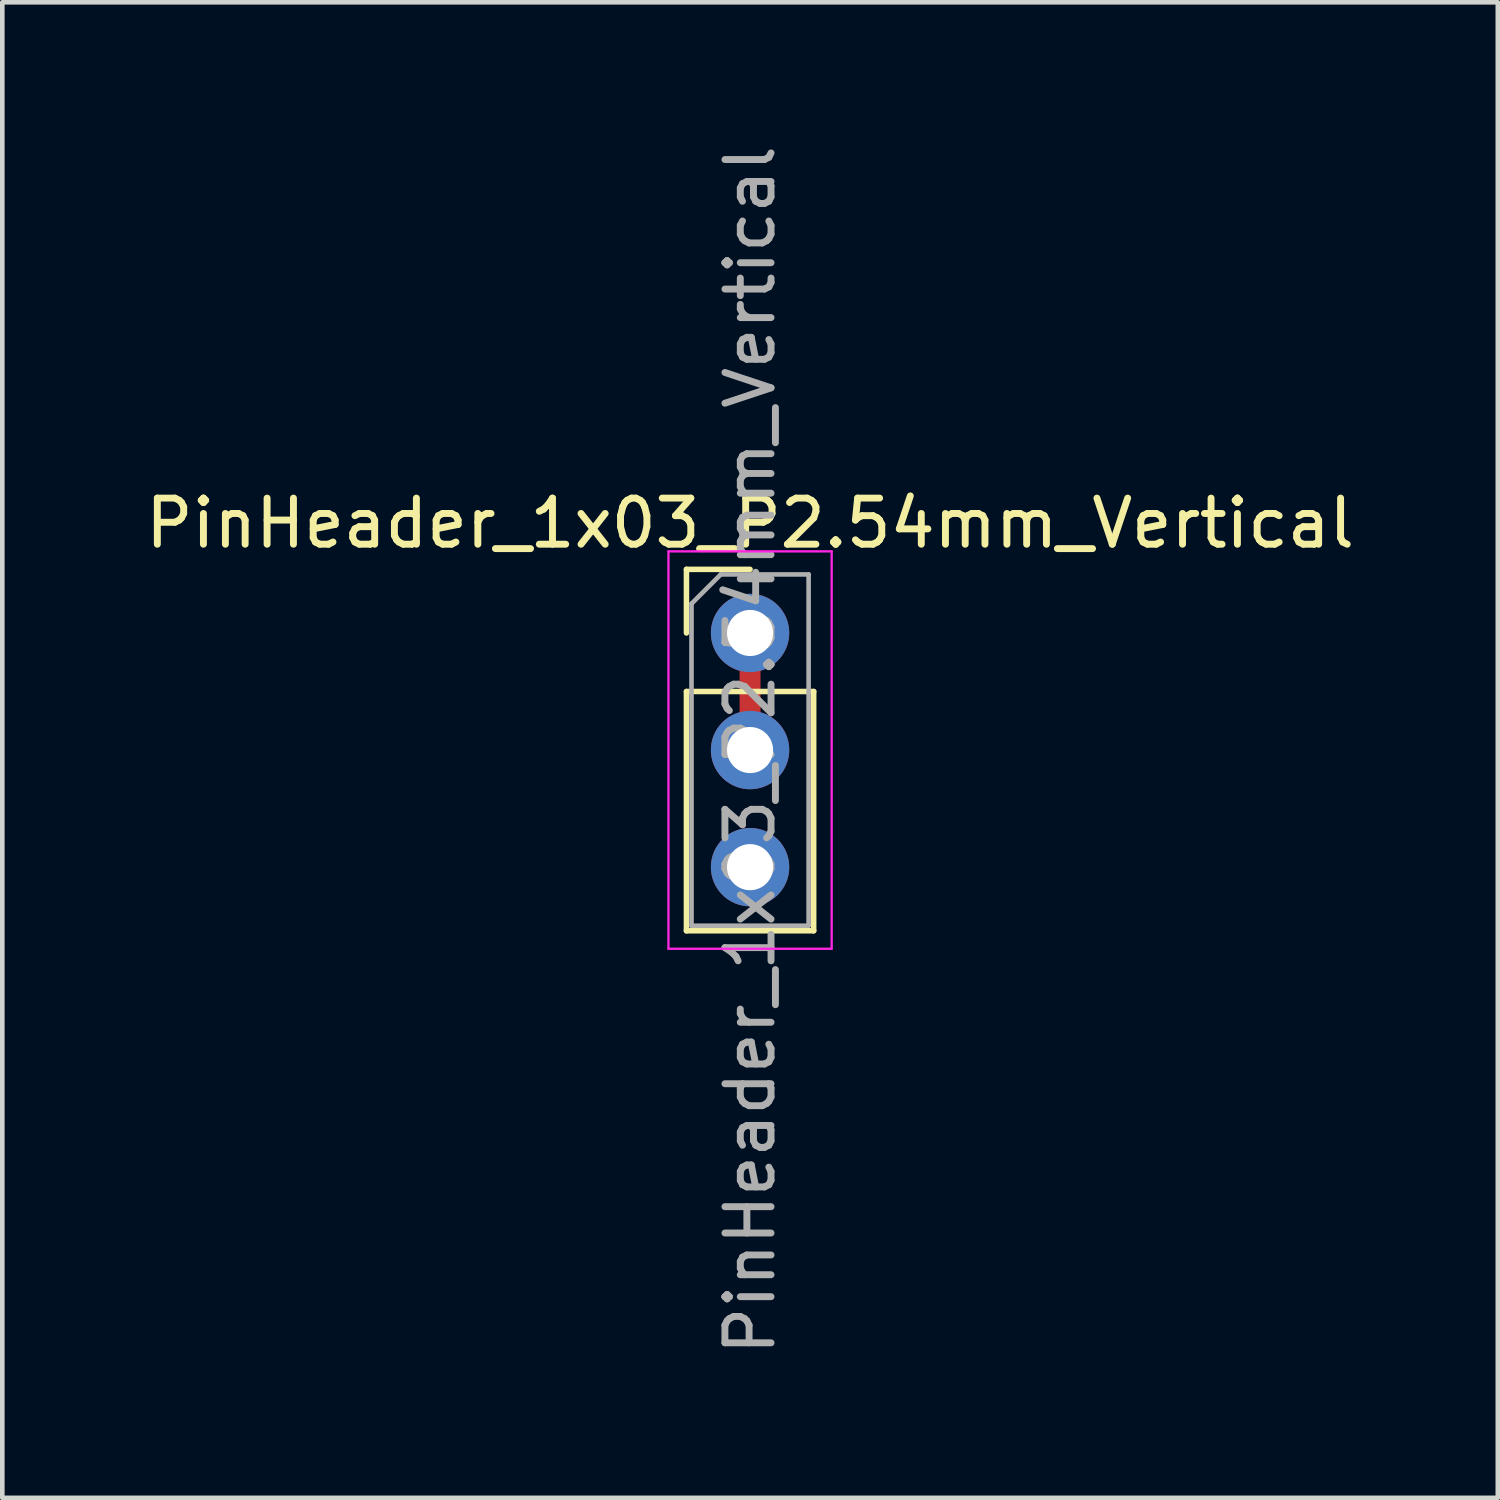
<source format=kicad_pcb>
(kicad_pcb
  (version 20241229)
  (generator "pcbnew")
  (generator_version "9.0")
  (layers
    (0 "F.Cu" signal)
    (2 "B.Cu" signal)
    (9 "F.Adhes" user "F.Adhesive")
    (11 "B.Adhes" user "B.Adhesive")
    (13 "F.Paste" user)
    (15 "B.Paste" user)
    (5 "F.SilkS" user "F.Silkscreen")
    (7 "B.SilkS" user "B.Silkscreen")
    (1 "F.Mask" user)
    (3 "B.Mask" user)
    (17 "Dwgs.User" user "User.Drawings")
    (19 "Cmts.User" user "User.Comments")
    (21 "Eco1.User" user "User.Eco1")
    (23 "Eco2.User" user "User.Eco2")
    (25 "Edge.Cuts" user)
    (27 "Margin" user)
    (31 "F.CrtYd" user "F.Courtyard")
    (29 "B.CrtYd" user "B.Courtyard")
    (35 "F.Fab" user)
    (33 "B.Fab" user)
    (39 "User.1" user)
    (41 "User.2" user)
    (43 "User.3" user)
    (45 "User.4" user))
  (footprint "PinHeader_1x03_P2.54mm_Vertical"
    (layer "F.Cu")
    (at 13.22 10.68)
    (property "Reference" "PinHeader_1x03_P2.54mm_Vertical" (at 0 -2.38 0) (layer "F.SilkS") (effects (font (size 1 1) (thickness 0.15))))
    (attr through_hole)
    (fp_rect (start -0.127 0.635) (end 0.127 1.905) (stroke (width 0.2) (type solid)) (fill yes) (layer "F.Cu"))
    (fp_line (start -1.38 -1.38) (end 0 -1.38) (stroke (width 0.12) (type solid)) (layer "F.SilkS"))
    (fp_line (start -1.38 0) (end -1.38 -1.38) (stroke (width 0.12) (type solid)) (layer "F.SilkS"))
    (fp_line (start -1.38 1.27) (end -1.38 6.46) (stroke (width 0.12) (type solid)) (layer "F.SilkS"))
    (fp_line (start -1.38 1.27) (end 1.38 1.27) (stroke (width 0.12) (type solid)) (layer "F.SilkS"))
    (fp_line (start -1.38 6.46) (end 1.38 6.46) (stroke (width 0.12) (type solid)) (layer "F.SilkS"))
    (fp_line (start 1.38 1.27) (end 1.38 6.46) (stroke (width 0.12) (type solid)) (layer "F.SilkS"))
    (fp_line (start -1.77 -1.77) (end -1.77 6.85) (stroke (width 0.05) (type solid)) (layer "F.CrtYd"))
    (fp_line (start -1.77 6.85) (end 1.77 6.85) (stroke (width 0.05) (type solid)) (layer "F.CrtYd"))
    (fp_line (start 1.77 -1.77) (end -1.77 -1.77) (stroke (width 0.05) (type solid)) (layer "F.CrtYd"))
    (fp_line (start 1.77 6.85) (end 1.77 -1.77) (stroke (width 0.05) (type solid)) (layer "F.CrtYd"))
    (fp_line (start -1.27 -0.635) (end -0.635 -1.27) (stroke (width 0.1) (type solid)) (layer "F.Fab"))
    (fp_line (start -1.27 6.35) (end -1.27 -0.635) (stroke (width 0.1) (type solid)) (layer "F.Fab"))
    (fp_line (start -0.635 -1.27) (end 1.27 -1.27) (stroke (width 0.1) (type solid)) (layer "F.Fab"))
    (fp_line (start 1.27 -1.27) (end 1.27 6.35) (stroke (width 0.1) (type solid)) (layer "F.Fab"))
    (fp_line (start 1.27 6.35) (end -1.27 6.35) (stroke (width 0.1) (type solid)) (layer "F.Fab"))
    (fp_text user "${REFERENCE}" (at 0 2.54 90) (layer "F.Fab") (effects (font (size 1 1) (thickness 0.15))))
    (pad "1" thru_hole circle (at 0 0) (size 1.7 1.7) (drill 1) (layers "*.Cu" "*.Mask"))
    (pad "2" thru_hole circle (at 0 2.54) (size 1.7 1.7) (drill 1) (layers "*.Cu" "*.Mask"))
    (pad "3" thru_hole circle (at 0 5.08) (size 1.7 1.7) (drill 1) (layers "*.Cu" "*.Mask")))
  (gr_rect
    (start -3 -3)
    (end 29.44 29.44)
    (stroke (width 0.1) (type default))
    (fill no)
    (layer "Edge.Cuts")))
</source>
